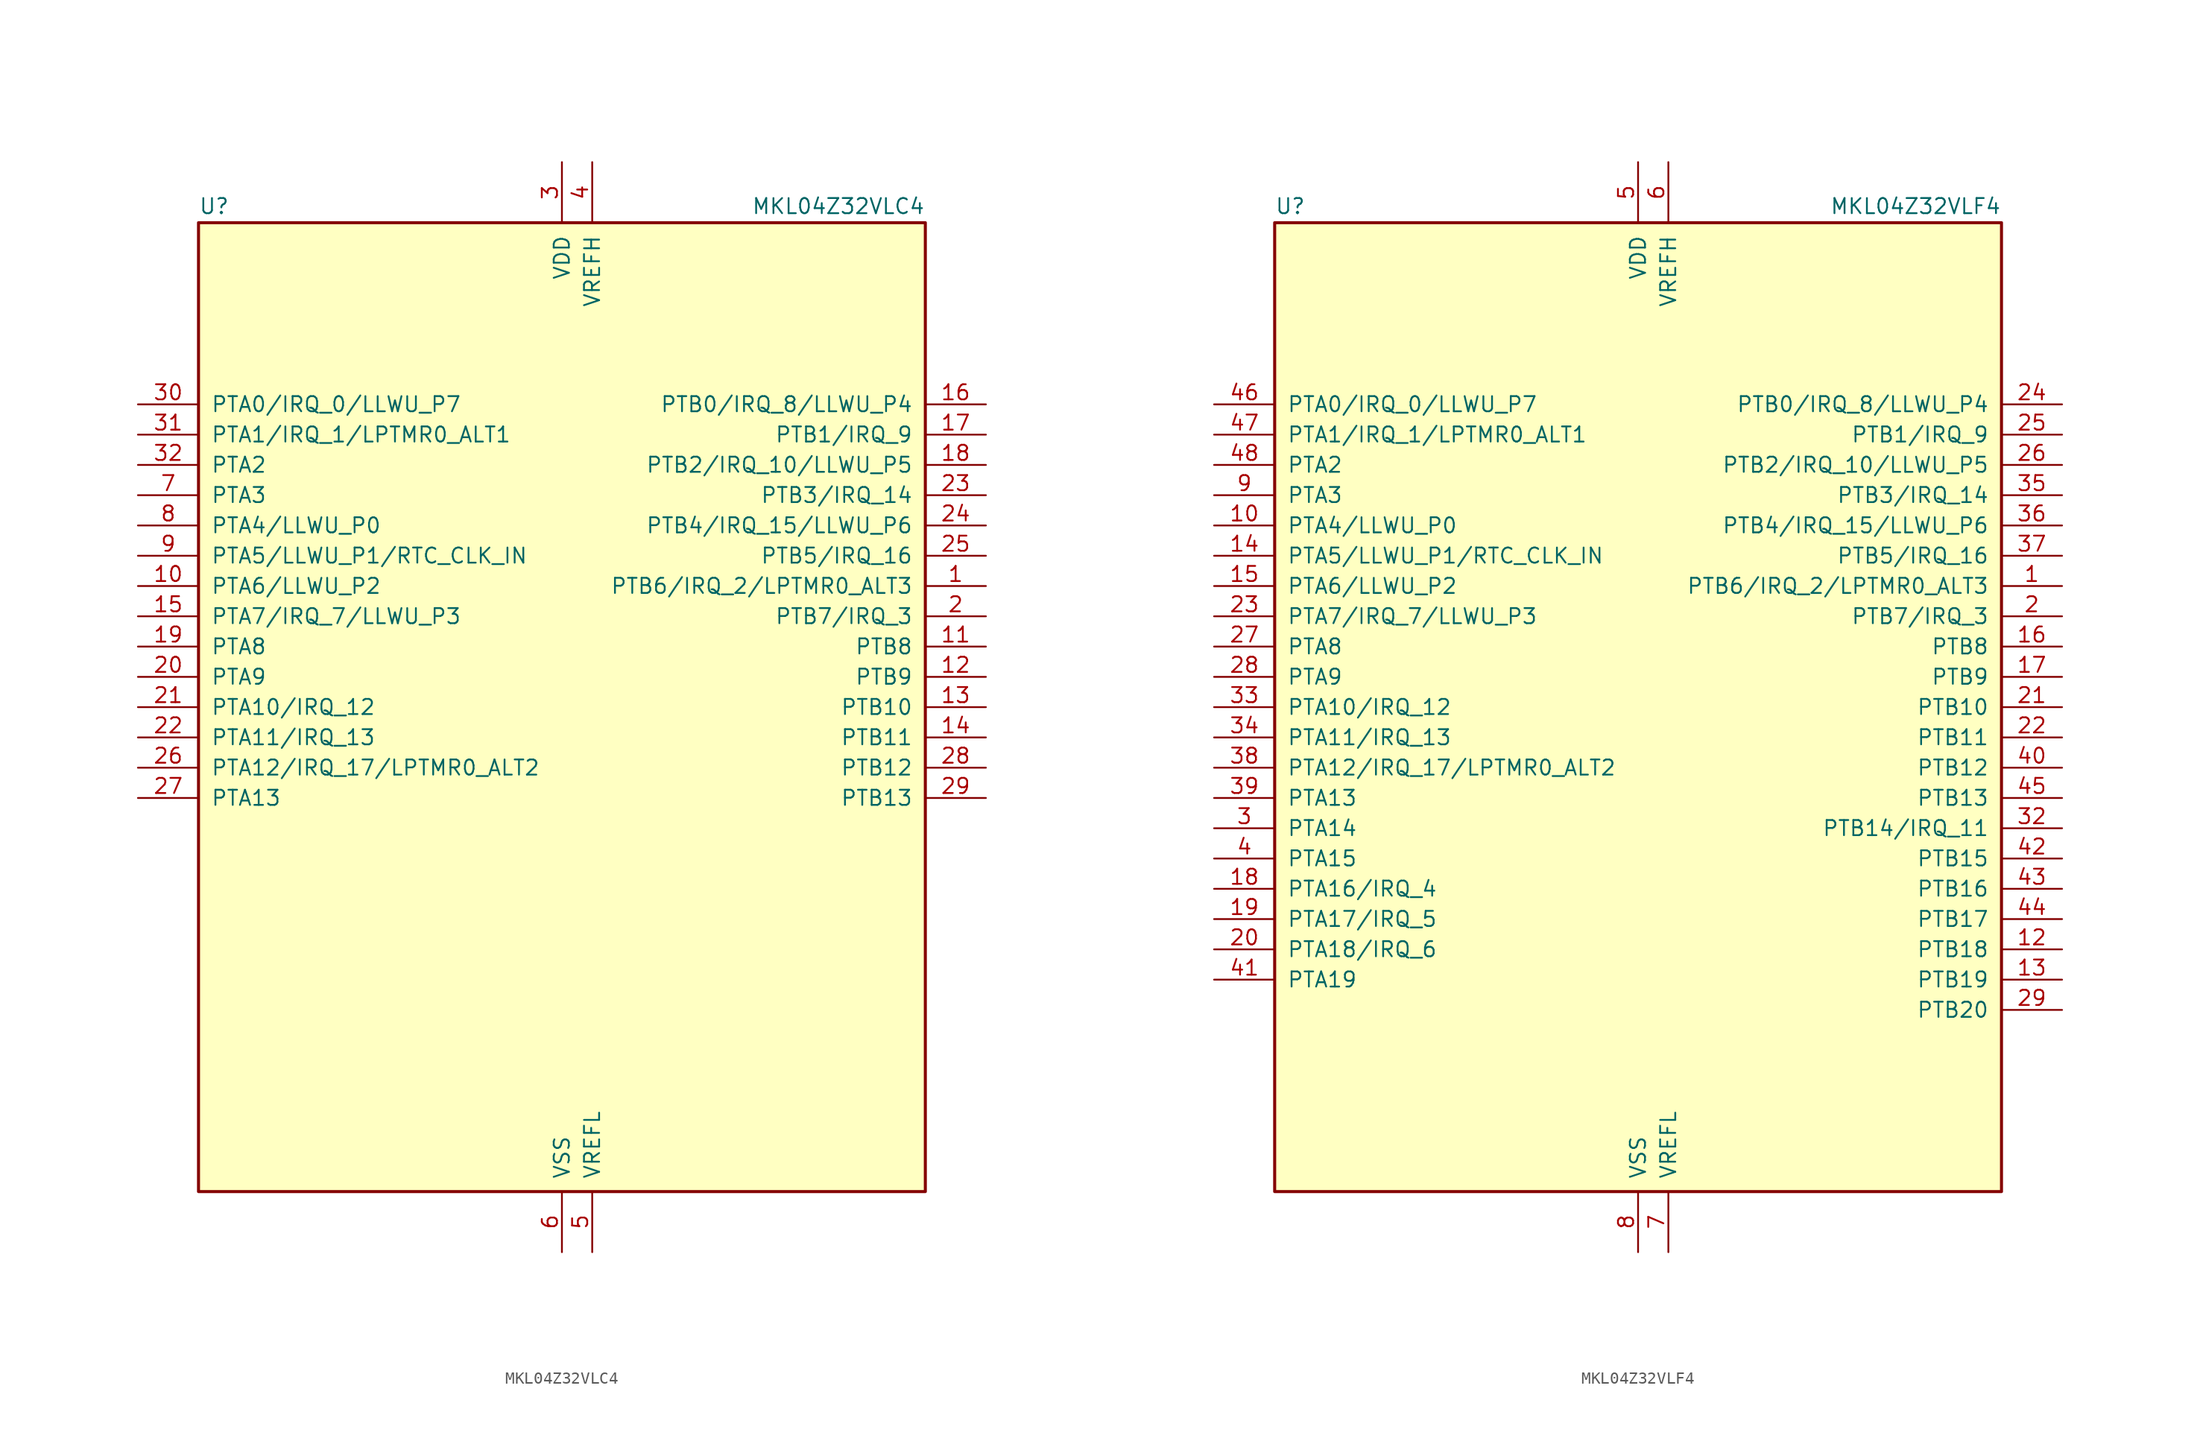
<source format=kicad_sym>
(kicad_symbol_lib
  (version 20211014)
  (generator kicad_symbol_editor)
  (symbol "MKL04Z32VLC4"
    (pin_names
      (offset 1.016))
    (property "Reference" "U"
      (at -30.48 41.275 0)
      (effects (font (size 1.27 1.27)) (justify left bottom)))
    (property "Value" "MKL04Z32VLC4"
      (at 30.48 41.275 0)
      (effects (font (size 1.27 1.27)) (justify right bottom)))
    (symbol "MKL04Z32VLC4_0_1"
      (rectangle (start -30.48 40.64) (end 30.48 -40.64) (stroke (width 0.254) (type default) (color 0 0 0 0)) (fill (type background))))
    (symbol "MKL04Z32VLC4_1_1"
      (pin bidirectional line (at 35.56 10.16 180) (length 5.08) (name "PTB6/IRQ_2/LPTMR0_ALT3" (effects (font (size 1.27 1.27)))) (number "1" (effects (font (size 1.27 1.27)))))
      (pin bidirectional line (at -35.56 10.16 0) (length 5.08) (name "PTA6/LLWU_P2" (effects (font (size 1.27 1.27)))) (number "10" (effects (font (size 1.27 1.27)))))
      (pin bidirectional line (at 35.56 5.08 180) (length 5.08) (name "PTB8" (effects (font (size 1.27 1.27)))) (number "11" (effects (font (size 1.27 1.27)))))
      (pin bidirectional line (at 35.56 2.54 180) (length 5.08) (name "PTB9" (effects (font (size 1.27 1.27)))) (number "12" (effects (font (size 1.27 1.27)))))
      (pin bidirectional line (at 35.56 0 180) (length 5.08) (name "PTB10" (effects (font (size 1.27 1.27)))) (number "13" (effects (font (size 1.27 1.27)))))
      (pin bidirectional line (at 35.56 -2.54 180) (length 5.08) (name "PTB11" (effects (font (size 1.27 1.27)))) (number "14" (effects (font (size 1.27 1.27)))))
      (pin bidirectional line (at -35.56 7.62 0) (length 5.08) (name "PTA7/IRQ_7/LLWU_P3" (effects (font (size 1.27 1.27)))) (number "15" (effects (font (size 1.27 1.27)))))
      (pin bidirectional line (at 35.56 25.4 180) (length 5.08) (name "PTB0/IRQ_8/LLWU_P4" (effects (font (size 1.27 1.27)))) (number "16" (effects (font (size 1.27 1.27)))))
      (pin bidirectional line (at 35.56 22.86 180) (length 5.08) (name "PTB1/IRQ_9" (effects (font (size 1.27 1.27)))) (number "17" (effects (font (size 1.27 1.27)))))
      (pin bidirectional line (at 35.56 20.32 180) (length 5.08) (name "PTB2/IRQ_10/LLWU_P5" (effects (font (size 1.27 1.27)))) (number "18" (effects (font (size 1.27 1.27)))))
      (pin bidirectional line (at -35.56 5.08 0) (length 5.08) (name "PTA8" (effects (font (size 1.27 1.27)))) (number "19" (effects (font (size 1.27 1.27)))))
      (pin bidirectional line (at 35.56 7.62 180) (length 5.08) (name "PTB7/IRQ_3" (effects (font (size 1.27 1.27)))) (number "2" (effects (font (size 1.27 1.27)))))
      (pin bidirectional line (at -35.56 2.54 0) (length 5.08) (name "PTA9" (effects (font (size 1.27 1.27)))) (number "20" (effects (font (size 1.27 1.27)))))
      (pin bidirectional line (at -35.56 0 0) (length 5.08) (name "PTA10/IRQ_12" (effects (font (size 1.27 1.27)))) (number "21" (effects (font (size 1.27 1.27)))))
      (pin bidirectional line (at -35.56 -2.54 0) (length 5.08) (name "PTA11/IRQ_13" (effects (font (size 1.27 1.27)))) (number "22" (effects (font (size 1.27 1.27)))))
      (pin bidirectional line (at 35.56 17.78 180) (length 5.08) (name "PTB3/IRQ_14" (effects (font (size 1.27 1.27)))) (number "23" (effects (font (size 1.27 1.27)))))
      (pin bidirectional line (at 35.56 15.24 180) (length 5.08) (name "PTB4/IRQ_15/LLWU_P6" (effects (font (size 1.27 1.27)))) (number "24" (effects (font (size 1.27 1.27)))))
      (pin bidirectional line (at 35.56 12.7 180) (length 5.08) (name "PTB5/IRQ_16" (effects (font (size 1.27 1.27)))) (number "25" (effects (font (size 1.27 1.27)))))
      (pin bidirectional line (at -35.56 -5.08 0) (length 5.08) (name "PTA12/IRQ_17/LPTMR0_ALT2" (effects (font (size 1.27 1.27)))) (number "26" (effects (font (size 1.27 1.27)))))
      (pin bidirectional line (at -35.56 -7.62 0) (length 5.08) (name "PTA13" (effects (font (size 1.27 1.27)))) (number "27" (effects (font (size 1.27 1.27)))))
      (pin bidirectional line (at 35.56 -5.08 180) (length 5.08) (name "PTB12" (effects (font (size 1.27 1.27)))) (number "28" (effects (font (size 1.27 1.27)))))
      (pin bidirectional line (at 35.56 -7.62 180) (length 5.08) (name "PTB13" (effects (font (size 1.27 1.27)))) (number "29" (effects (font (size 1.27 1.27)))))
      (pin power_in line (at 0 45.72 270) (length 5.08) (name "VDD" (effects (font (size 1.27 1.27)))) (number "3" (effects (font (size 1.27 1.27)))))
      (pin bidirectional line (at -35.56 25.4 0) (length 5.08) (name "PTA0/IRQ_0/LLWU_P7" (effects (font (size 1.27 1.27)))) (number "30" (effects (font (size 1.27 1.27)))))
      (pin bidirectional line (at -35.56 22.86 0) (length 5.08) (name "PTA1/IRQ_1/LPTMR0_ALT1" (effects (font (size 1.27 1.27)))) (number "31" (effects (font (size 1.27 1.27)))))
      (pin bidirectional line (at -35.56 20.32 0) (length 5.08) (name "PTA2" (effects (font (size 1.27 1.27)))) (number "32" (effects (font (size 1.27 1.27)))))
      (pin power_in line (at 2.54 45.72 270) (length 5.08) (name "VREFH" (effects (font (size 1.27 1.27)))) (number "4" (effects (font (size 1.27 1.27)))))
      (pin power_in line (at 2.54 -45.72 90) (length 5.08) (name "VREFL" (effects (font (size 1.27 1.27)))) (number "5" (effects (font (size 1.27 1.27)))))
      (pin power_in line (at 0 -45.72 90) (length 5.08) (name "VSS" (effects (font (size 1.27 1.27)))) (number "6" (effects (font (size 1.27 1.27)))))
      (pin bidirectional line (at -35.56 17.78 0) (length 5.08) (name "PTA3" (effects (font (size 1.27 1.27)))) (number "7" (effects (font (size 1.27 1.27)))))
      (pin bidirectional line (at -35.56 15.24 0) (length 5.08) (name "PTA4/LLWU_P0" (effects (font (size 1.27 1.27)))) (number "8" (effects (font (size 1.27 1.27)))))
      (pin bidirectional line (at -35.56 12.7 0) (length 5.08) (name "PTA5/LLWU_P1/RTC_CLK_IN" (effects (font (size 1.27 1.27)))) (number "9" (effects (font (size 1.27 1.27)))))))
  (symbol "MKL04Z32VLF4"
    (pin_names
      (offset 1.016))
    (property "Reference" "U"
      (at -30.48 41.275 0)
      (effects (font (size 1.27 1.27)) (justify left bottom)))
    (property "Value" "MKL04Z32VLF4"
      (at 30.48 41.275 0)
      (effects (font (size 1.27 1.27)) (justify right bottom)))
    (symbol "MKL04Z32VLF4_0_1"
      (rectangle (start -30.48 40.64) (end 30.48 -40.64) (stroke (width 0.254) (type default) (color 0 0 0 0)) (fill (type background))))
    (symbol "MKL04Z32VLF4_1_1"
      (pin bidirectional line (at 35.56 10.16 180) (length 5.08) (name "PTB6/IRQ_2/LPTMR0_ALT3" (effects (font (size 1.27 1.27)))) (number "1" (effects (font (size 1.27 1.27)))))
      (pin bidirectional line (at -35.56 15.24 0) (length 5.08) (name "PTA4/LLWU_P0" (effects (font (size 1.27 1.27)))) (number "10" (effects (font (size 1.27 1.27)))))
      (pin passive line (at 0 -45.72 90) (length 5.08) hide (name "VSS" (effects (font (size 1.27 1.27)))) (number "11" (effects (font (size 1.27 1.27)))))
      (pin bidirectional line (at 35.56 -20.32 180) (length 5.08) (name "PTB18" (effects (font (size 1.27 1.27)))) (number "12" (effects (font (size 1.27 1.27)))))
      (pin bidirectional line (at 35.56 -22.86 180) (length 5.08) (name "PTB19" (effects (font (size 1.27 1.27)))) (number "13" (effects (font (size 1.27 1.27)))))
      (pin bidirectional line (at -35.56 12.7 0) (length 5.08) (name "PTA5/LLWU_P1/RTC_CLK_IN" (effects (font (size 1.27 1.27)))) (number "14" (effects (font (size 1.27 1.27)))))
      (pin bidirectional line (at -35.56 10.16 0) (length 5.08) (name "PTA6/LLWU_P2" (effects (font (size 1.27 1.27)))) (number "15" (effects (font (size 1.27 1.27)))))
      (pin bidirectional line (at 35.56 5.08 180) (length 5.08) (name "PTB8" (effects (font (size 1.27 1.27)))) (number "16" (effects (font (size 1.27 1.27)))))
      (pin bidirectional line (at 35.56 2.54 180) (length 5.08) (name "PTB9" (effects (font (size 1.27 1.27)))) (number "17" (effects (font (size 1.27 1.27)))))
      (pin bidirectional line (at -35.56 -15.24 0) (length 5.08) (name "PTA16/IRQ_4" (effects (font (size 1.27 1.27)))) (number "18" (effects (font (size 1.27 1.27)))))
      (pin bidirectional line (at -35.56 -17.78 0) (length 5.08) (name "PTA17/IRQ_5" (effects (font (size 1.27 1.27)))) (number "19" (effects (font (size 1.27 1.27)))))
      (pin bidirectional line (at 35.56 7.62 180) (length 5.08) (name "PTB7/IRQ_3" (effects (font (size 1.27 1.27)))) (number "2" (effects (font (size 1.27 1.27)))))
      (pin bidirectional line (at -35.56 -20.32 0) (length 5.08) (name "PTA18/IRQ_6" (effects (font (size 1.27 1.27)))) (number "20" (effects (font (size 1.27 1.27)))))
      (pin bidirectional line (at 35.56 0 180) (length 5.08) (name "PTB10" (effects (font (size 1.27 1.27)))) (number "21" (effects (font (size 1.27 1.27)))))
      (pin bidirectional line (at 35.56 -2.54 180) (length 5.08) (name "PTB11" (effects (font (size 1.27 1.27)))) (number "22" (effects (font (size 1.27 1.27)))))
      (pin bidirectional line (at -35.56 7.62 0) (length 5.08) (name "PTA7/IRQ_7/LLWU_P3" (effects (font (size 1.27 1.27)))) (number "23" (effects (font (size 1.27 1.27)))))
      (pin bidirectional line (at 35.56 25.4 180) (length 5.08) (name "PTB0/IRQ_8/LLWU_P4" (effects (font (size 1.27 1.27)))) (number "24" (effects (font (size 1.27 1.27)))))
      (pin bidirectional line (at 35.56 22.86 180) (length 5.08) (name "PTB1/IRQ_9" (effects (font (size 1.27 1.27)))) (number "25" (effects (font (size 1.27 1.27)))))
      (pin bidirectional line (at 35.56 20.32 180) (length 5.08) (name "PTB2/IRQ_10/LLWU_P5" (effects (font (size 1.27 1.27)))) (number "26" (effects (font (size 1.27 1.27)))))
      (pin bidirectional line (at -35.56 5.08 0) (length 5.08) (name "PTA8" (effects (font (size 1.27 1.27)))) (number "27" (effects (font (size 1.27 1.27)))))
      (pin bidirectional line (at -35.56 2.54 0) (length 5.08) (name "PTA9" (effects (font (size 1.27 1.27)))) (number "28" (effects (font (size 1.27 1.27)))))
      (pin bidirectional line (at 35.56 -25.4 180) (length 5.08) (name "PTB20" (effects (font (size 1.27 1.27)))) (number "29" (effects (font (size 1.27 1.27)))))
      (pin bidirectional line (at -35.56 -10.16 0) (length 5.08) (name "PTA14" (effects (font (size 1.27 1.27)))) (number "3" (effects (font (size 1.27 1.27)))))
      (pin passive line (at 0 -45.72 90) (length 5.08) hide (name "VSS" (effects (font (size 1.27 1.27)))) (number "30" (effects (font (size 1.27 1.27)))))
      (pin passive line (at 0 45.72 270) (length 5.08) hide (name "VDD" (effects (font (size 1.27 1.27)))) (number "31" (effects (font (size 1.27 1.27)))))
      (pin bidirectional line (at 35.56 -10.16 180) (length 5.08) (name "PTB14/IRQ_11" (effects (font (size 1.27 1.27)))) (number "32" (effects (font (size 1.27 1.27)))))
      (pin bidirectional line (at -35.56 0 0) (length 5.08) (name "PTA10/IRQ_12" (effects (font (size 1.27 1.27)))) (number "33" (effects (font (size 1.27 1.27)))))
      (pin bidirectional line (at -35.56 -2.54 0) (length 5.08) (name "PTA11/IRQ_13" (effects (font (size 1.27 1.27)))) (number "34" (effects (font (size 1.27 1.27)))))
      (pin bidirectional line (at 35.56 17.78 180) (length 5.08) (name "PTB3/IRQ_14" (effects (font (size 1.27 1.27)))) (number "35" (effects (font (size 1.27 1.27)))))
      (pin bidirectional line (at 35.56 15.24 180) (length 5.08) (name "PTB4/IRQ_15/LLWU_P6" (effects (font (size 1.27 1.27)))) (number "36" (effects (font (size 1.27 1.27)))))
      (pin bidirectional line (at 35.56 12.7 180) (length 5.08) (name "PTB5/IRQ_16" (effects (font (size 1.27 1.27)))) (number "37" (effects (font (size 1.27 1.27)))))
      (pin bidirectional line (at -35.56 -5.08 0) (length 5.08) (name "PTA12/IRQ_17/LPTMR0_ALT2" (effects (font (size 1.27 1.27)))) (number "38" (effects (font (size 1.27 1.27)))))
      (pin bidirectional line (at -35.56 -7.62 0) (length 5.08) (name "PTA13" (effects (font (size 1.27 1.27)))) (number "39" (effects (font (size 1.27 1.27)))))
      (pin bidirectional line (at -35.56 -12.7 0) (length 5.08) (name "PTA15" (effects (font (size 1.27 1.27)))) (number "4" (effects (font (size 1.27 1.27)))))
      (pin bidirectional line (at 35.56 -5.08 180) (length 5.08) (name "PTB12" (effects (font (size 1.27 1.27)))) (number "40" (effects (font (size 1.27 1.27)))))
      (pin bidirectional line (at -35.56 -22.86 0) (length 5.08) (name "PTA19" (effects (font (size 1.27 1.27)))) (number "41" (effects (font (size 1.27 1.27)))))
      (pin bidirectional line (at 35.56 -12.7 180) (length 5.08) (name "PTB15" (effects (font (size 1.27 1.27)))) (number "42" (effects (font (size 1.27 1.27)))))
      (pin bidirectional line (at 35.56 -15.24 180) (length 5.08) (name "PTB16" (effects (font (size 1.27 1.27)))) (number "43" (effects (font (size 1.27 1.27)))))
      (pin bidirectional line (at 35.56 -17.78 180) (length 5.08) (name "PTB17" (effects (font (size 1.27 1.27)))) (number "44" (effects (font (size 1.27 1.27)))))
      (pin bidirectional line (at 35.56 -7.62 180) (length 5.08) (name "PTB13" (effects (font (size 1.27 1.27)))) (number "45" (effects (font (size 1.27 1.27)))))
      (pin bidirectional line (at -35.56 25.4 0) (length 5.08) (name "PTA0/IRQ_0/LLWU_P7" (effects (font (size 1.27 1.27)))) (number "46" (effects (font (size 1.27 1.27)))))
      (pin bidirectional line (at -35.56 22.86 0) (length 5.08) (name "PTA1/IRQ_1/LPTMR0_ALT1" (effects (font (size 1.27 1.27)))) (number "47" (effects (font (size 1.27 1.27)))))
      (pin bidirectional line (at -35.56 20.32 0) (length 5.08) (name "PTA2" (effects (font (size 1.27 1.27)))) (number "48" (effects (font (size 1.27 1.27)))))
      (pin power_in line (at 0 45.72 270) (length 5.08) (name "VDD" (effects (font (size 1.27 1.27)))) (number "5" (effects (font (size 1.27 1.27)))))
      (pin power_in line (at 2.54 45.72 270) (length 5.08) (name "VREFH" (effects (font (size 1.27 1.27)))) (number "6" (effects (font (size 1.27 1.27)))))
      (pin power_in line (at 2.54 -45.72 90) (length 5.08) (name "VREFL" (effects (font (size 1.27 1.27)))) (number "7" (effects (font (size 1.27 1.27)))))
      (pin power_in line (at 0 -45.72 90) (length 5.08) (name "VSS" (effects (font (size 1.27 1.27)))) (number "8" (effects (font (size 1.27 1.27)))))
      (pin bidirectional line (at -35.56 17.78 0) (length 5.08) (name "PTA3" (effects (font (size 1.27 1.27)))) (number "9" (effects (font (size 1.27 1.27))))))))
</source>
